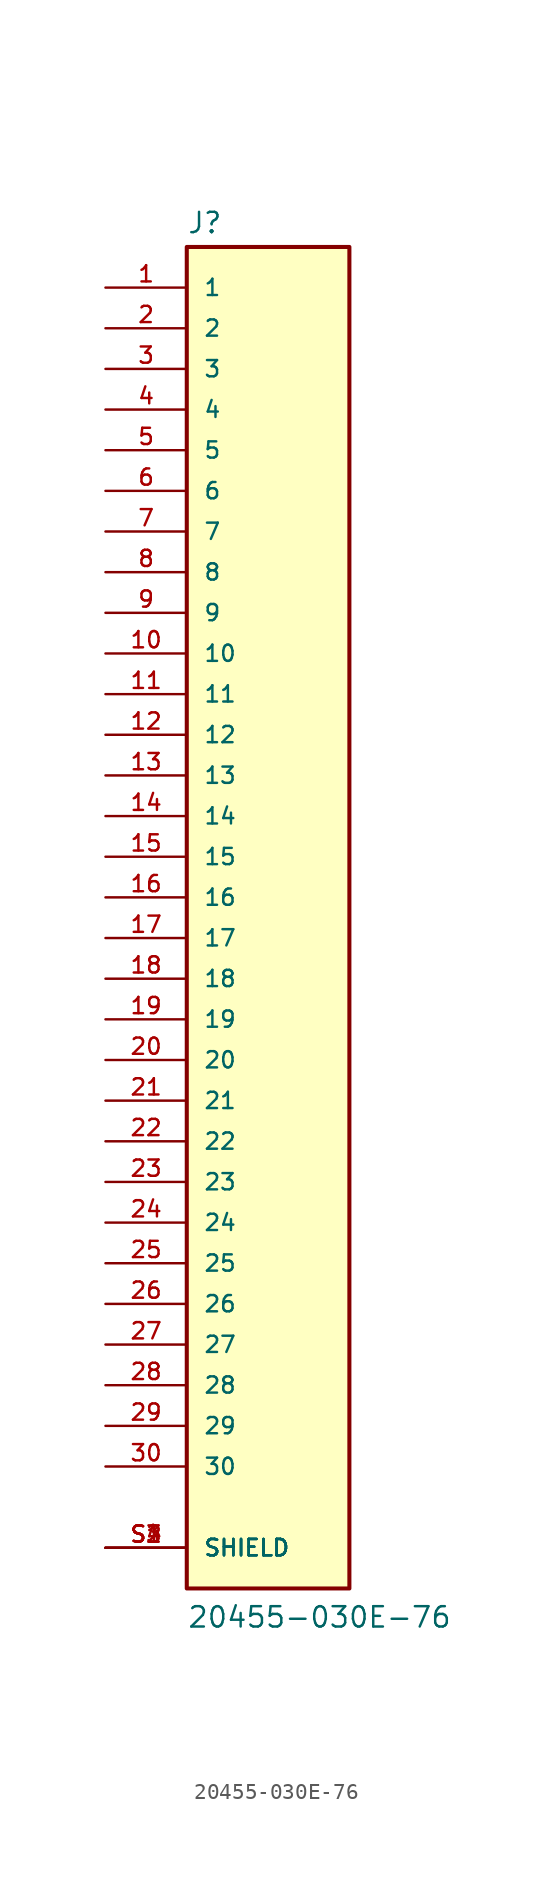
<source format=kicad_sym>
(kicad_symbol_lib
  (version 20211014)
  (generator kicad_symbol_editor)
  (symbol "20455-030E-76"
    (pin_names
      (offset 1.016))
    (property "Reference" "J"
      (at -5.08 41.402 0)
      (effects (font (size 1.27 1.27)) (justify bottom left)))
    (property "Value" "20455-030E-76"
      (at -5.08 -45.72 0)
      (effects (font (size 1.27 1.27)) (justify bottom left)))
    (symbol "20455-030E-76_0_0"
      (rectangle (start -5.08 -43.18) (end 5.08 40.64) (stroke (width 0.254)) (fill (type background)))
      (pin passive line (at -10.16 38.1 0) (length 5.08) (name "1" (effects (font (size 1.016 1.016)))) (number "1" (effects (font (size 1.016 1.016)))))
      (pin passive line (at -10.16 35.56 0) (length 5.08) (name "2" (effects (font (size 1.016 1.016)))) (number "2" (effects (font (size 1.016 1.016)))))
      (pin passive line (at -10.16 33.02 0) (length 5.08) (name "3" (effects (font (size 1.016 1.016)))) (number "3" (effects (font (size 1.016 1.016)))))
      (pin passive line (at -10.16 30.48 0) (length 5.08) (name "4" (effects (font (size 1.016 1.016)))) (number "4" (effects (font (size 1.016 1.016)))))
      (pin passive line (at -10.16 27.94 0) (length 5.08) (name "5" (effects (font (size 1.016 1.016)))) (number "5" (effects (font (size 1.016 1.016)))))
      (pin passive line (at -10.16 25.4 0) (length 5.08) (name "6" (effects (font (size 1.016 1.016)))) (number "6" (effects (font (size 1.016 1.016)))))
      (pin passive line (at -10.16 22.86 0) (length 5.08) (name "7" (effects (font (size 1.016 1.016)))) (number "7" (effects (font (size 1.016 1.016)))))
      (pin passive line (at -10.16 20.32 0) (length 5.08) (name "8" (effects (font (size 1.016 1.016)))) (number "8" (effects (font (size 1.016 1.016)))))
      (pin passive line (at -10.16 17.78 0) (length 5.08) (name "9" (effects (font (size 1.016 1.016)))) (number "9" (effects (font (size 1.016 1.016)))))
      (pin passive line (at -10.16 15.24 0) (length 5.08) (name "10" (effects (font (size 1.016 1.016)))) (number "10" (effects (font (size 1.016 1.016)))))
      (pin passive line (at -10.16 12.7 0) (length 5.08) (name "11" (effects (font (size 1.016 1.016)))) (number "11" (effects (font (size 1.016 1.016)))))
      (pin passive line (at -10.16 10.16 0) (length 5.08) (name "12" (effects (font (size 1.016 1.016)))) (number "12" (effects (font (size 1.016 1.016)))))
      (pin passive line (at -10.16 7.62 0) (length 5.08) (name "13" (effects (font (size 1.016 1.016)))) (number "13" (effects (font (size 1.016 1.016)))))
      (pin passive line (at -10.16 5.08 0) (length 5.08) (name "14" (effects (font (size 1.016 1.016)))) (number "14" (effects (font (size 1.016 1.016)))))
      (pin passive line (at -10.16 2.54 0) (length 5.08) (name "15" (effects (font (size 1.016 1.016)))) (number "15" (effects (font (size 1.016 1.016)))))
      (pin passive line (at -10.16 0.0 0) (length 5.08) (name "16" (effects (font (size 1.016 1.016)))) (number "16" (effects (font (size 1.016 1.016)))))
      (pin passive line (at -10.16 -2.54 0) (length 5.08) (name "17" (effects (font (size 1.016 1.016)))) (number "17" (effects (font (size 1.016 1.016)))))
      (pin passive line (at -10.16 -5.08 0) (length 5.08) (name "18" (effects (font (size 1.016 1.016)))) (number "18" (effects (font (size 1.016 1.016)))))
      (pin passive line (at -10.16 -7.62 0) (length 5.08) (name "19" (effects (font (size 1.016 1.016)))) (number "19" (effects (font (size 1.016 1.016)))))
      (pin passive line (at -10.16 -10.16 0) (length 5.08) (name "20" (effects (font (size 1.016 1.016)))) (number "20" (effects (font (size 1.016 1.016)))))
      (pin passive line (at -10.16 -40.64 0) (length 5.08) (name "SHIELD" (effects (font (size 1.016 1.016)))) (number "S1" (effects (font (size 1.016 1.016)))))
      (pin passive line (at -10.16 -40.64 0) (length 5.08) (name "SHIELD" (effects (font (size 1.016 1.016)))) (number "S2" (effects (font (size 1.016 1.016)))))
      (pin passive line (at -10.16 -40.64 0) (length 5.08) (name "SHIELD" (effects (font (size 1.016 1.016)))) (number "S3" (effects (font (size 1.016 1.016)))))
      (pin passive line (at -10.16 -40.64 0) (length 5.08) (name "SHIELD" (effects (font (size 1.016 1.016)))) (number "S4" (effects (font (size 1.016 1.016)))))
      (pin passive line (at -10.16 -12.7 0) (length 5.08) (name "21" (effects (font (size 1.016 1.016)))) (number "21" (effects (font (size 1.016 1.016)))))
      (pin passive line (at -10.16 -15.24 0) (length 5.08) (name "22" (effects (font (size 1.016 1.016)))) (number "22" (effects (font (size 1.016 1.016)))))
      (pin passive line (at -10.16 -17.78 0) (length 5.08) (name "23" (effects (font (size 1.016 1.016)))) (number "23" (effects (font (size 1.016 1.016)))))
      (pin passive line (at -10.16 -20.32 0) (length 5.08) (name "24" (effects (font (size 1.016 1.016)))) (number "24" (effects (font (size 1.016 1.016)))))
      (pin passive line (at -10.16 -22.86 0) (length 5.08) (name "25" (effects (font (size 1.016 1.016)))) (number "25" (effects (font (size 1.016 1.016)))))
      (pin passive line (at -10.16 -25.4 0) (length 5.08) (name "26" (effects (font (size 1.016 1.016)))) (number "26" (effects (font (size 1.016 1.016)))))
      (pin passive line (at -10.16 -27.94 0) (length 5.08) (name "27" (effects (font (size 1.016 1.016)))) (number "27" (effects (font (size 1.016 1.016)))))
      (pin passive line (at -10.16 -30.48 0) (length 5.08) (name "28" (effects (font (size 1.016 1.016)))) (number "28" (effects (font (size 1.016 1.016)))))
      (pin passive line (at -10.16 -33.02 0) (length 5.08) (name "29" (effects (font (size 1.016 1.016)))) (number "29" (effects (font (size 1.016 1.016)))))
      (pin passive line (at -10.16 -35.56 0) (length 5.08) (name "30" (effects (font (size 1.016 1.016)))) (number "30" (effects (font (size 1.016 1.016))))))))
</source>
